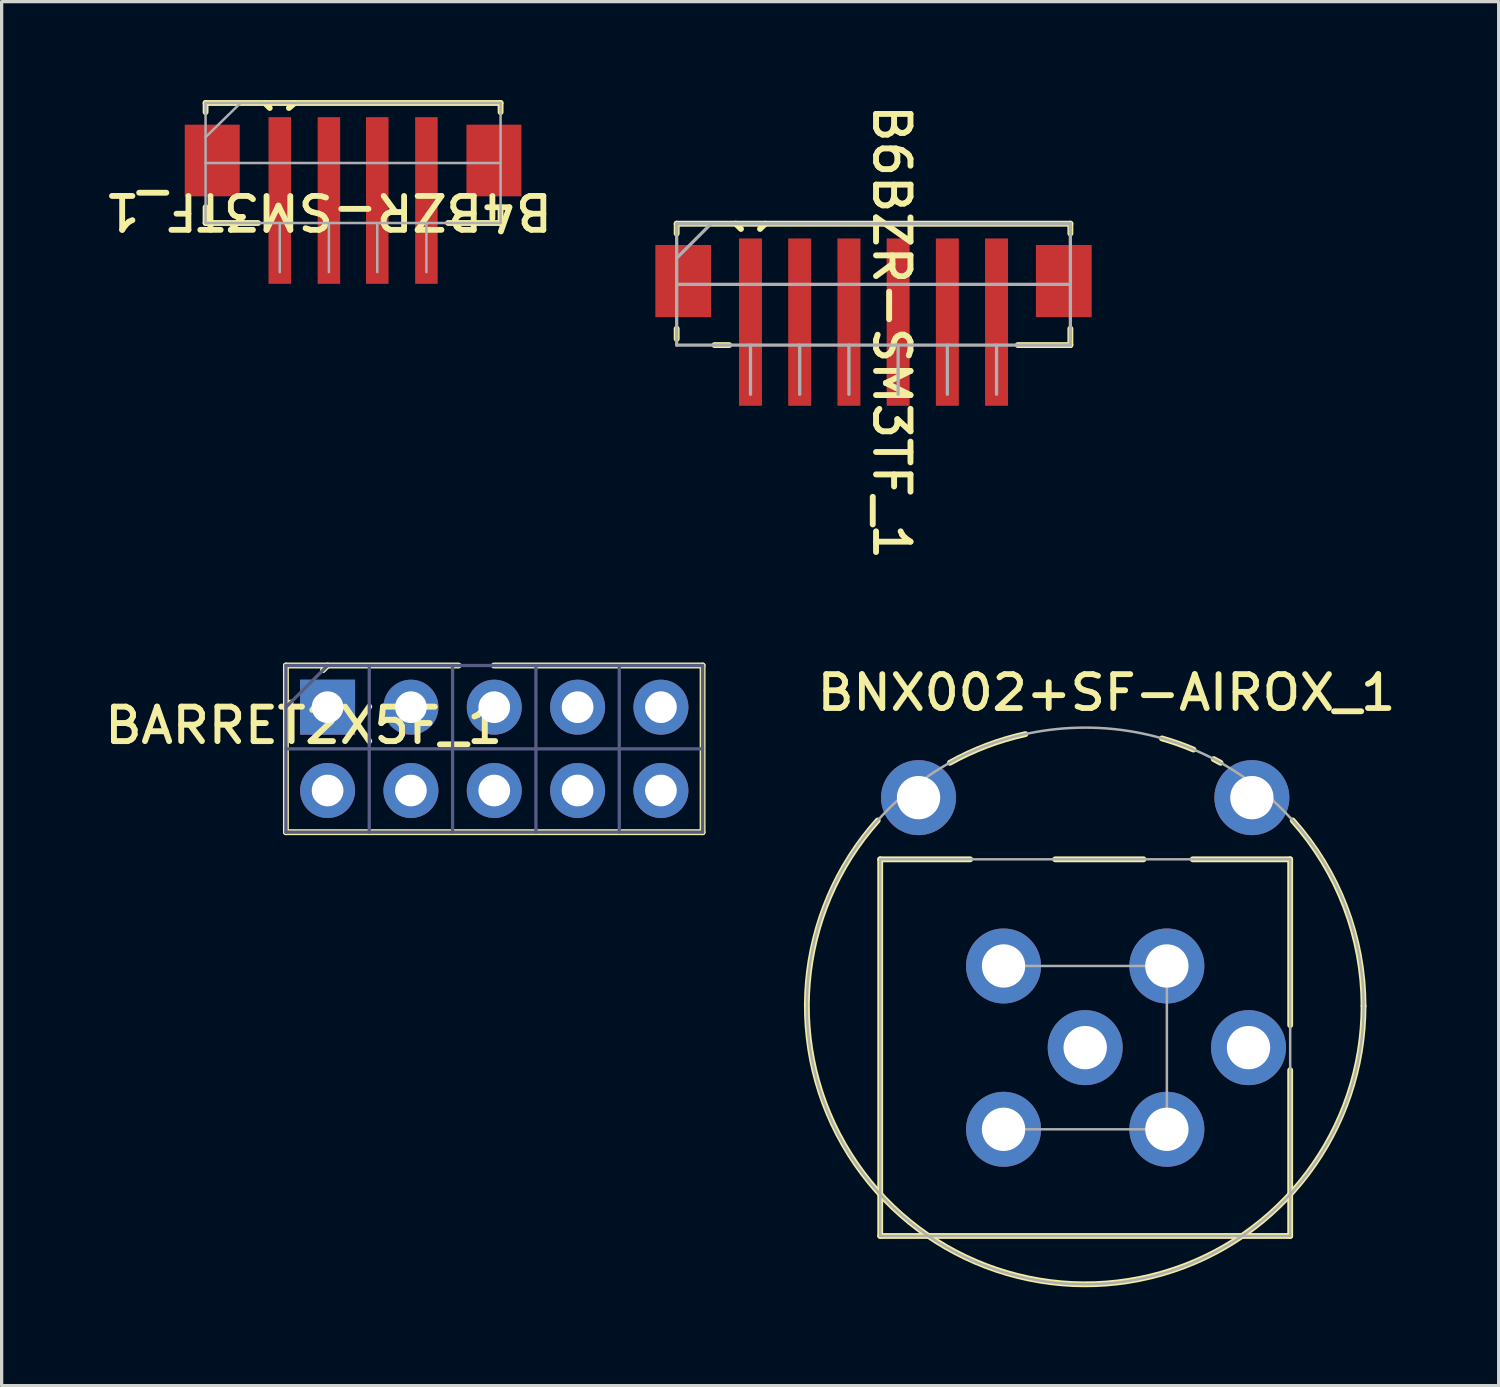
<source format=kicad_pcb>
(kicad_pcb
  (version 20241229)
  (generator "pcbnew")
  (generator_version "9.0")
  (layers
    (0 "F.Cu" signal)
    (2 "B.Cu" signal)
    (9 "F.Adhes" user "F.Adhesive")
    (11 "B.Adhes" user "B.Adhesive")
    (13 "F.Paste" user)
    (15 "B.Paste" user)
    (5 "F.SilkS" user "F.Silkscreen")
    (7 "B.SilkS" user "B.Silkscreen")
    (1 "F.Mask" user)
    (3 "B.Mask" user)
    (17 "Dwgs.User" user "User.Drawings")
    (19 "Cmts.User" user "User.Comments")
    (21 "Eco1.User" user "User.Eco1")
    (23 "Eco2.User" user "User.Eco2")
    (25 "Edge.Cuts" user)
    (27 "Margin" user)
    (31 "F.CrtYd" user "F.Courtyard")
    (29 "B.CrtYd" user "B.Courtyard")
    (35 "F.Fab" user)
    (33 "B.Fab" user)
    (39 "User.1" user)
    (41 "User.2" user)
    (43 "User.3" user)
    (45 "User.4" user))
  (footprint "BNX002+SF-AIROX_1"
    (layer "F.Cu")
    (at 30.027 28.882)
    (property "Reference" "BNX002+SF-AIROX_1" (at 0.648 -10.82 0) (unlocked yes) (layer "F.SilkS") (effects (font (size 1.033 1.087) (thickness 0.178))))
    (attr smd)
    (fp_line (start -6.248 -5.74) (end -3.505 -5.74) (stroke (width 0.178) (type solid)) (layer "F.SilkS"))
    (fp_line (start -6.248 5.74) (end -6.248 -5.74) (stroke (width 0.178) (type solid)) (layer "F.SilkS"))
    (fp_line (start -6.248 5.74) (end 6.248 5.74) (stroke (width 0.178) (type solid)) (layer "F.SilkS"))
    (fp_line (start -0.914 -5.74) (end 1.778 -5.74) (stroke (width 0.178) (type solid)) (layer "F.SilkS"))
    (fp_line (start 3.277 -5.74) (end 6.248 -5.74) (stroke (width 0.178) (type solid)) (layer "F.SilkS"))
    (fp_line (start 6.248 -0.686) (end 6.248 -5.74) (stroke (width 0.178) (type solid)) (layer "F.SilkS"))
    (fp_line (start 6.248 5.74) (end 6.248 0.686) (stroke (width 0.178) (type solid)) (layer "F.SilkS"))
    (fp_arc (start -4.125875 -8.682734) (mid -3.005664 -9.203313) (end -1.821729 -9.555697) (stroke (width 0.1778) (type solid)) (layer "F.SilkS"))
    (fp_arc (start 2.338397 -9.42496) (mid 2.824904 -9.269462) (end 3.301172 -9.084969) (stroke (width 0.1778) (type solid)) (layer "F.SilkS"))
    (fp_arc (start 3.917291 -8.795045) (mid 4.021975 -8.739618) (end 4.125875 -8.682734) (stroke (width 0.1778) (type solid)) (layer "F.SilkS"))
    (fp_arc (start 6.32432 -6.924595) (mid 7.925417 -4.296423) (end 8.4836 -1.27) (stroke (width 0.1778) (type solid)) (layer "F.SilkS"))
    (fp_arc (start 8.4836 -1.27) (mid -3.026423 6.655417) (end -6.32432 -6.924595) (stroke (width 0.1778) (type solid)) (layer "F.SilkS"))
    (fp_line (start -6.248 -5.74) (end 6.248 -5.74) (stroke (width 0.076) (type solid)) (layer "F.Fab"))
    (fp_line (start -6.248 5.74) (end -6.248 -5.74) (stroke (width 0.076) (type solid)) (layer "F.Fab"))
    (fp_line (start -6.248 5.74) (end 6.248 5.74) (stroke (width 0.076) (type solid)) (layer "F.Fab"))
    (fp_line (start -2.489 -2.489) (end 2.489 -2.489) (stroke (width 0.076) (type solid)) (layer "F.Fab"))
    (fp_line (start -2.489 2.489) (end 2.489 2.489) (stroke (width 0.076) (type solid)) (layer "F.Fab"))
    (fp_line (start 2.489 2.489) (end 2.489 -2.489) (stroke (width 0.076) (type solid)) (layer "F.Fab"))
    (fp_line (start 6.248 5.74) (end 6.248 -5.74) (stroke (width 0.076) (type solid)) (layer "F.Fab"))
    (fp_circle (center 0 -1.27) (end 8.484 -1.27) (stroke (width 0.076) (type solid)) (fill no) (layer "F.Fab"))
    (pad "1" thru_hole circle (at -5.08 -7.62) (size 2.286 2.286) (drill 1.321) (layers "*.Cu" "*.Mask"))
    (pad "4" thru_hole circle (at 5.08 -7.62) (size 2.286 2.286) (drill 1.321) (layers "*.Cu" "*.Mask"))
    (pad "B" thru_hole circle (at 2.489 -2.489) (size 2.286 2.286) (drill 1.321) (layers "*.Cu" "*.Mask"))
    (pad "CB" thru_hole circle (at 2.489 2.489) (size 2.286 2.286) (drill 1.321) (layers "*.Cu" "*.Mask"))
    (pad "CG1" thru_hole circle (at -2.489 2.489) (size 2.286 2.286) (drill 1.321) (layers "*.Cu" "*.Mask"))
    (pad "CG2" thru_hole circle (at 0 0) (size 2.286 2.286) (drill 1.321) (layers "*.Cu" "*.Mask"))
    (pad "CG3" thru_hole circle (at 4.978 0) (size 2.286 2.286) (drill 1.321) (layers "*.Cu" "*.Mask"))
    (pad "PSG" thru_hole circle (at -2.489 -2.489) (size 2.286 2.286) (drill 1.321) (layers "*.Cu" "*.Mask")))
  (footprint "BARRET2X5F_1"
    (layer "F.Cu")
    (at 6.935 18.505)
    (property "Reference" "BARRET2X5F_1" (at -0.729 0.557 0) (unlocked yes) (layer "F.SilkS") (effects (font (size 1.05 1.104) (thickness 0.18))))
    (attr smd)
    (fp_line (start -1.27 -1.27) (end -1.27 3.81) (stroke (width 0.18) (type solid)) (layer "F.SilkS"))
    (fp_line (start -1.13 -0.14) (end -1.27 0) (stroke (width 0.18) (type solid)) (layer "F.SilkS"))
    (fp_line (start 0 -1.27) (end -0.14 -1.13) (stroke (width 0.18) (type solid)) (layer "F.SilkS"))
    (fp_line (start 3.994 -1.27) (end -1.27 -1.27) (stroke (width 0.18) (type solid)) (layer "F.SilkS"))
    (fp_line (start 11.43 -1.27) (end 5.068 -1.27) (stroke (width 0.18) (type solid)) (layer "F.SilkS"))
    (fp_line (start 11.43 -1.27) (end 11.43 3.81) (stroke (width 0.18) (type solid)) (layer "F.SilkS"))
    (fp_line (start 11.43 3.81) (end -1.27 3.81) (stroke (width 0.18) (type solid)) (layer "F.SilkS"))
    (fp_line (start -1.27 -1.27) (end -1.27 3.81) (stroke (width 0.1) (type solid)) (layer "B.Fab"))
    (fp_line (start 0 -1.27) (end -1.27 0) (stroke (width 0.1) (type solid)) (layer "B.Fab"))
    (fp_line (start 1.27 -1.27) (end 1.27 3.81) (stroke (width 0.1) (type solid)) (layer "B.Fab"))
    (fp_line (start 3.81 -1.27) (end 3.81 3.81) (stroke (width 0.1) (type solid)) (layer "B.Fab"))
    (fp_line (start 6.35 -1.27) (end 6.35 3.81) (stroke (width 0.1) (type solid)) (layer "B.Fab"))
    (fp_line (start 8.89 -1.27) (end 8.89 3.81) (stroke (width 0.1) (type solid)) (layer "B.Fab"))
    (fp_line (start 11.43 -1.27) (end -1.27 -1.27) (stroke (width 0.1) (type solid)) (layer "B.Fab"))
    (fp_line (start 11.43 -1.27) (end 11.43 3.81) (stroke (width 0.1) (type solid)) (layer "B.Fab"))
    (fp_line (start 11.43 1.27) (end -1.27 1.27) (stroke (width 0.1) (type solid)) (layer "B.Fab"))
    (fp_line (start 11.43 3.81) (end -1.27 3.81) (stroke (width 0.1) (type solid)) (layer "B.Fab"))
    (pad "1" thru_hole rect (at 0 0 180) (size 1.676 1.676) (drill 0.965) (layers "*.Cu" "*.Mask"))
    (pad "2" thru_hole circle (at 0 2.54 180) (size 1.676 1.676) (drill 0.965) (layers "*.Cu" "*.Mask"))
    (pad "3" thru_hole circle (at 2.54 0 180) (size 1.676 1.676) (drill 0.965) (layers "*.Cu" "*.Mask"))
    (pad "4" thru_hole circle (at 2.54 2.54 180) (size 1.676 1.676) (drill 0.965) (layers "*.Cu" "*.Mask"))
    (pad "5" thru_hole circle (at 5.08 0 180) (size 1.676 1.676) (drill 0.965) (layers "*.Cu" "*.Mask"))
    (pad "6" thru_hole circle (at 5.08 2.54 180) (size 1.676 1.676) (drill 0.965) (layers "*.Cu" "*.Mask"))
    (pad "7" thru_hole circle (at 7.62 0 180) (size 1.676 1.676) (drill 0.965) (layers "*.Cu" "*.Mask"))
    (pad "8" thru_hole circle (at 7.62 2.54 180) (size 1.676 1.676) (drill 0.965) (layers "*.Cu" "*.Mask"))
    (pad "9" thru_hole circle (at 10.16 0 180) (size 1.676 1.676) (drill 0.965) (layers "*.Cu" "*.Mask"))
    (pad "10" thru_hole circle (at 10.16 2.54 180) (size 1.676 1.676) (drill 0.965) (layers "*.Cu" "*.Mask")))
  (footprint "B6BZR-SM3TF_1"
    (layer "F.Cu")
    (at 23.575 5.618)
    (property "Reference" "B6BZR-SM3TF_1" (at 0.553 1.455 270) (unlocked yes) (layer "F.SilkS") (effects (font (size 1.05 1.104) (thickness 0.18))))
    (attr smd)
    (fp_line (start -6 -1.85) (end 6 -1.85) (stroke (width 0.18) (type solid)) (layer "F.SilkS"))
    (fp_line (start -6 -1.55) (end -6 -1.85) (stroke (width 0.18) (type solid)) (layer "F.SilkS"))
    (fp_line (start -6 1.662) (end -6 1.35) (stroke (width 0.18) (type solid)) (layer "F.SilkS"))
    (fp_line (start -4.846 1.85) (end -4.4 1.85) (stroke (width 0.18) (type solid)) (layer "F.SilkS"))
    (fp_line (start -4.2 -1.85) (end -4.04 -1.69) (stroke (width 0.18) (type solid)) (layer "F.SilkS"))
    (fp_line (start -3.46 -1.69) (end -3.3 -1.85) (stroke (width 0.18) (type solid)) (layer "F.SilkS"))
    (fp_line (start 4.4 1.85) (end 6 1.85) (stroke (width 0.18) (type solid)) (layer "F.SilkS"))
    (fp_line (start 6 -1.55) (end 6 -1.85) (stroke (width 0.18) (type solid)) (layer "F.SilkS"))
    (fp_line (start 6 1.85) (end 6 1.35) (stroke (width 0.18) (type solid)) (layer "F.SilkS"))
    (fp_line (start -6 -1.85) (end 6 -1.85) (stroke (width 0.1) (type solid)) (layer "F.Fab"))
    (fp_line (start -6 -0.8) (end -4.95 -1.85) (stroke (width 0.1) (type solid)) (layer "F.Fab"))
    (fp_line (start -6 0) (end 6 0) (stroke (width 0.1) (type solid)) (layer "F.Fab"))
    (fp_line (start -6 1.85) (end -6 -1.85) (stroke (width 0.1) (type solid)) (layer "F.Fab"))
    (fp_line (start -6 1.85) (end 6 1.85) (stroke (width 0.1) (type solid)) (layer "F.Fab"))
    (fp_line (start -3.75 3.35) (end -3.75 1.85) (stroke (width 0.1) (type solid)) (layer "F.Fab"))
    (fp_line (start -2.25 3.35) (end -2.25 1.85) (stroke (width 0.1) (type solid)) (layer "F.Fab"))
    (fp_line (start -0.75 3.35) (end -0.75 1.85) (stroke (width 0.1) (type solid)) (layer "F.Fab"))
    (fp_line (start 0.75 3.35) (end 0.75 1.85) (stroke (width 0.1) (type solid)) (layer "F.Fab"))
    (fp_line (start 2.25 3.35) (end 2.25 1.85) (stroke (width 0.1) (type solid)) (layer "F.Fab"))
    (fp_line (start 3.75 3.35) (end 3.75 1.85) (stroke (width 0.1) (type solid)) (layer "F.Fab"))
    (fp_line (start 6 1.85) (end 6 -1.85) (stroke (width 0.1) (type solid)) (layer "F.Fab"))
    (pad "1" smd rect (at -3.75 1.15) (size 0.7 5.1) (layers "F.Cu" "F.Mask" "F.Paste"))
    (pad "2" smd rect (at -2.25 1.15) (size 0.7 5.1) (layers "F.Cu" "F.Mask" "F.Paste"))
    (pad "3" smd rect (at -0.75 1.15) (size 0.7 5.1) (layers "F.Cu" "F.Mask" "F.Paste"))
    (pad "4" smd rect (at 0.75 1.15) (size 0.7 5.1) (layers "F.Cu" "F.Mask" "F.Paste"))
    (pad "5" smd rect (at 2.25 1.15) (size 0.7 5.1) (layers "F.Cu" "F.Mask" "F.Paste"))
    (pad "6" smd rect (at 3.75 1.15) (size 0.7 5.1) (layers "F.Cu" "F.Mask" "F.Paste"))
    (pad "7" smd rect (at 5.8 -0.1) (size 1.7 2.2) (layers "F.Cu" "F.Mask" "F.Paste"))
    (pad "8" smd rect (at -5.8 -0.1) (size 1.7 2.2) (layers "F.Cu" "F.Mask" "F.Paste")))
  (footprint "B4BZR-SM3TF_1"
    (layer "F.Cu")
    (at 7.712 1.918)
    (property "Reference" "B4BZR-SM3TF_1" (at -0.749 1.473 180) (unlocked yes) (layer "F.SilkS") (effects (font (size 1.033 1.087) (thickness 0.178))))
    (attr smd)
    (fp_line (start -4.496 -1.829) (end 4.496 -1.829) (stroke (width 0.178) (type solid)) (layer "F.SilkS"))
    (fp_line (start -4.496 -1.549) (end -4.496 -1.829) (stroke (width 0.178) (type solid)) (layer "F.SilkS"))
    (fp_line (start -4.496 1.829) (end -4.496 1.346) (stroke (width 0.178) (type solid)) (layer "F.SilkS"))
    (fp_line (start -4.496 1.829) (end -2.896 1.829) (stroke (width 0.178) (type solid)) (layer "F.SilkS"))
    (fp_line (start -2.692 -1.829) (end -2.54 -1.676) (stroke (width 0.178) (type solid)) (layer "F.SilkS"))
    (fp_line (start -1.956 -1.676) (end -1.778 -1.829) (stroke (width 0.178) (type solid)) (layer "F.SilkS"))
    (fp_line (start 2.896 1.829) (end 4.496 1.829) (stroke (width 0.178) (type solid)) (layer "F.SilkS"))
    (fp_line (start 4.496 -1.549) (end 4.496 -1.829) (stroke (width 0.178) (type solid)) (layer "F.SilkS"))
    (fp_line (start 4.496 1.829) (end 4.496 1.346) (stroke (width 0.178) (type solid)) (layer "F.SilkS"))
    (fp_line (start -4.496 -1.829) (end 4.496 -1.829) (stroke (width 0.076) (type solid)) (layer "F.Fab"))
    (fp_line (start -4.496 -0.787) (end -3.429 -1.829) (stroke (width 0.076) (type solid)) (layer "F.Fab"))
    (fp_line (start -4.496 0) (end 4.496 0) (stroke (width 0.076) (type solid)) (layer "F.Fab"))
    (fp_line (start -4.496 1.829) (end -4.496 -1.829) (stroke (width 0.076) (type solid)) (layer "F.Fab"))
    (fp_line (start -4.496 1.829) (end 4.496 1.829) (stroke (width 0.076) (type solid)) (layer "F.Fab"))
    (fp_line (start -2.235 3.327) (end -2.235 1.829) (stroke (width 0.076) (type solid)) (layer "F.Fab"))
    (fp_line (start -0.737 3.327) (end -0.737 1.829) (stroke (width 0.076) (type solid)) (layer "F.Fab"))
    (fp_line (start 0.737 3.327) (end 0.737 1.829) (stroke (width 0.076) (type solid)) (layer "F.Fab"))
    (fp_line (start 2.235 3.327) (end 2.235 1.829) (stroke (width 0.076) (type solid)) (layer "F.Fab"))
    (fp_line (start 4.496 1.829) (end 4.496 -1.829) (stroke (width 0.076) (type solid)) (layer "F.Fab"))
    (pad "1" smd rect (at -2.235 1.143) (size 0.686 5.08) (layers "F.Cu" "F.Mask" "F.Paste"))
    (pad "2" smd rect (at -0.737 1.143) (size 0.686 5.08) (layers "F.Cu" "F.Mask" "F.Paste"))
    (pad "3" smd rect (at 0.737 1.143) (size 0.686 5.08) (layers "F.Cu" "F.Mask" "F.Paste"))
    (pad "4" smd rect (at 2.235 1.143) (size 0.686 5.08) (layers "F.Cu" "F.Mask" "F.Paste"))
    (pad "5" smd rect (at 4.293 -0.076) (size 1.676 2.184) (layers "F.Cu" "F.Mask" "F.Paste"))
    (pad "6" smd rect (at -4.293 -0.076) (size 1.676 2.184) (layers "F.Cu" "F.Mask" "F.Paste")))
  (gr_rect
    (start -3 -3)
    (end 42.629 39.185)
    (stroke (width 0.1) (type default))
    (fill no)
    (layer "Edge.Cuts")))
</source>
